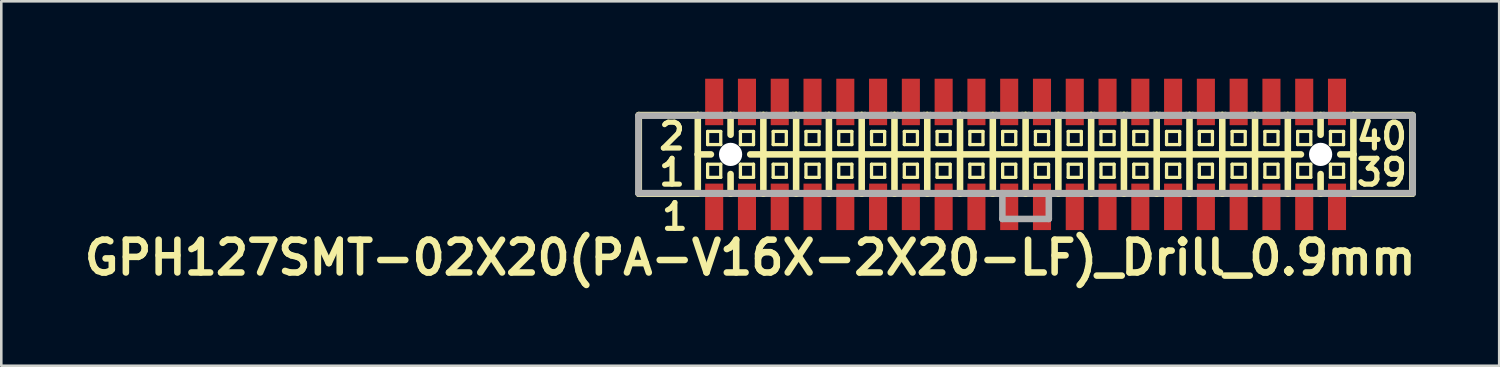
<source format=kicad_pcb>
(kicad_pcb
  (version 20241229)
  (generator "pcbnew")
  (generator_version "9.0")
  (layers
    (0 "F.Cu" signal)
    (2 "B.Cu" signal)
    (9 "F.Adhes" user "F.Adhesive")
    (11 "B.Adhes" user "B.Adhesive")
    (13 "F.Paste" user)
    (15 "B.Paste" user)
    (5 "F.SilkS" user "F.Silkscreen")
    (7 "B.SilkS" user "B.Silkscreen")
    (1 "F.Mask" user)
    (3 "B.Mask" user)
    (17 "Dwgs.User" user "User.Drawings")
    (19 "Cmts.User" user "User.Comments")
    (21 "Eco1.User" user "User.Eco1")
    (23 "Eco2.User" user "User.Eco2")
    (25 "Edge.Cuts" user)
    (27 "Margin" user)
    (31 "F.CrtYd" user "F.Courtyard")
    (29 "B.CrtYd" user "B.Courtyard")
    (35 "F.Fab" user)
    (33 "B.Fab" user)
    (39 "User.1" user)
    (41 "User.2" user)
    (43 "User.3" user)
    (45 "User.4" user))
  (footprint "GPH127SMT-02X20(PA-V16X-2X20-LF)_Drill_0.9mm"
    (layer "F.Cu")
    (at 36.685 2.932)
    (property "Reference" "GPH127SMT-02X20(PA-V16X-2X20-LF)_Drill_0.9mm" (at -10.668 4 0) (layer "F.SilkS") (effects (font (size 1.27 1.27) (thickness 0.254))))
    (attr smd)
    (fp_line (start -14.986 -1.524) (end -14.986 1.524) (stroke (width 0.254) (type solid)) (layer "F.SilkS"))
    (fp_line (start -14.986 1.524) (end -12.7 1.524) (stroke (width 0.254) (type solid)) (layer "F.SilkS"))
    (fp_line (start -12.7 -1.524) (end -14.986 -1.524) (stroke (width 0.254) (type solid)) (layer "F.SilkS"))
    (fp_line (start -12.7 -1.524) (end -12.7 0) (stroke (width 0.254) (type solid)) (layer "F.SilkS"))
    (fp_line (start -12.7 0) (end -12.7 1.524) (stroke (width 0.254) (type solid)) (layer "F.SilkS"))
    (fp_line (start -12.7 0) (end -12.192 0) (stroke (width 0.254) (type solid)) (layer "F.SilkS"))
    (fp_line (start -12.7 1.524) (end -12.573 1.524) (stroke (width 0.254) (type solid)) (layer "F.SilkS"))
    (fp_line (start -12.573 -1.524) (end -12.7 -1.524) (stroke (width 0.254) (type solid)) (layer "F.SilkS"))
    (fp_line (start -12.319 -0.889) (end -11.811 -0.889) (stroke (width 0.127) (type solid)) (layer "F.SilkS"))
    (fp_line (start -12.319 -0.381) (end -12.319 -0.889) (stroke (width 0.127) (type solid)) (layer "F.SilkS"))
    (fp_line (start -12.319 -0.381) (end -11.811 -0.381) (stroke (width 0.127) (type solid)) (layer "F.SilkS"))
    (fp_line (start -12.319 0.381) (end -11.811 0.381) (stroke (width 0.127) (type solid)) (layer "F.SilkS"))
    (fp_line (start -12.319 0.889) (end -12.319 0.381) (stroke (width 0.127) (type solid)) (layer "F.SilkS"))
    (fp_line (start -12.319 0.889) (end -11.811 0.889) (stroke (width 0.127) (type solid)) (layer "F.SilkS"))
    (fp_line (start -11.811 -0.381) (end -11.811 -0.889) (stroke (width 0.127) (type solid)) (layer "F.SilkS"))
    (fp_line (start -11.811 0.889) (end -11.811 0.381) (stroke (width 0.127) (type solid)) (layer "F.SilkS"))
    (fp_line (start -11.557 -1.524) (end -11.43 -1.524) (stroke (width 0.254) (type solid)) (layer "F.SilkS"))
    (fp_line (start -11.557 1.524) (end -11.43 1.524) (stroke (width 0.254) (type solid)) (layer "F.SilkS"))
    (fp_line (start -11.43 -1.524) (end -11.303 -1.524) (stroke (width 0.254) (type solid)) (layer "F.SilkS"))
    (fp_line (start -11.43 -0.762) (end -11.43 -1.524) (stroke (width 0.254) (type solid)) (layer "F.SilkS"))
    (fp_line (start -11.43 1.524) (end -11.43 0.762) (stroke (width 0.254) (type solid)) (layer "F.SilkS"))
    (fp_line (start -11.43 1.524) (end -11.303 1.524) (stroke (width 0.254) (type solid)) (layer "F.SilkS"))
    (fp_line (start -11.049 -0.889) (end -10.541 -0.889) (stroke (width 0.127) (type solid)) (layer "F.SilkS"))
    (fp_line (start -11.049 -0.381) (end -11.049 -0.889) (stroke (width 0.127) (type solid)) (layer "F.SilkS"))
    (fp_line (start -11.049 -0.381) (end -10.541 -0.381) (stroke (width 0.127) (type solid)) (layer "F.SilkS"))
    (fp_line (start -11.049 0.381) (end -10.541 0.381) (stroke (width 0.127) (type solid)) (layer "F.SilkS"))
    (fp_line (start -11.049 0.889) (end -11.049 0.381) (stroke (width 0.127) (type solid)) (layer "F.SilkS"))
    (fp_line (start -11.049 0.889) (end -10.541 0.889) (stroke (width 0.127) (type solid)) (layer "F.SilkS"))
    (fp_line (start -10.668 0) (end -10.16 0) (stroke (width 0.254) (type solid)) (layer "F.SilkS"))
    (fp_line (start -10.541 -0.381) (end -10.541 -0.889) (stroke (width 0.127) (type solid)) (layer "F.SilkS"))
    (fp_line (start -10.541 0.889) (end -10.541 0.381) (stroke (width 0.127) (type solid)) (layer "F.SilkS"))
    (fp_line (start -10.287 -1.524) (end -10.16 -1.524) (stroke (width 0.254) (type solid)) (layer "F.SilkS"))
    (fp_line (start -10.287 1.524) (end -10.16 1.524) (stroke (width 0.254) (type solid)) (layer "F.SilkS"))
    (fp_line (start -10.16 -1.524) (end -10.033 -1.524) (stroke (width 0.254) (type solid)) (layer "F.SilkS"))
    (fp_line (start -10.16 0) (end -10.16 -1.524) (stroke (width 0.254) (type solid)) (layer "F.SilkS"))
    (fp_line (start -10.16 0) (end -8.89 0) (stroke (width 0.254) (type solid)) (layer "F.SilkS"))
    (fp_line (start -10.16 1.524) (end -10.16 0) (stroke (width 0.254) (type solid)) (layer "F.SilkS"))
    (fp_line (start -10.16 1.524) (end -10.033 1.524) (stroke (width 0.254) (type solid)) (layer "F.SilkS"))
    (fp_line (start -9.779 -0.889) (end -9.271 -0.889) (stroke (width 0.127) (type solid)) (layer "F.SilkS"))
    (fp_line (start -9.779 -0.381) (end -9.779 -0.889) (stroke (width 0.127) (type solid)) (layer "F.SilkS"))
    (fp_line (start -9.779 -0.381) (end -9.271 -0.381) (stroke (width 0.127) (type solid)) (layer "F.SilkS"))
    (fp_line (start -9.779 0.381) (end -9.271 0.381) (stroke (width 0.127) (type solid)) (layer "F.SilkS"))
    (fp_line (start -9.779 0.889) (end -9.779 0.381) (stroke (width 0.127) (type solid)) (layer "F.SilkS"))
    (fp_line (start -9.779 0.889) (end -9.271 0.889) (stroke (width 0.127) (type solid)) (layer "F.SilkS"))
    (fp_line (start -9.271 -0.381) (end -9.271 -0.889) (stroke (width 0.127) (type solid)) (layer "F.SilkS"))
    (fp_line (start -9.271 0.889) (end -9.271 0.381) (stroke (width 0.127) (type solid)) (layer "F.SilkS"))
    (fp_line (start -9.017 -1.524) (end -8.89 -1.524) (stroke (width 0.254) (type solid)) (layer "F.SilkS"))
    (fp_line (start -9.017 1.524) (end -8.89 1.524) (stroke (width 0.254) (type solid)) (layer "F.SilkS"))
    (fp_line (start -8.89 -1.524) (end -8.763 -1.524) (stroke (width 0.254) (type solid)) (layer "F.SilkS"))
    (fp_line (start -8.89 0) (end -8.89 -1.524) (stroke (width 0.254) (type solid)) (layer "F.SilkS"))
    (fp_line (start -8.89 0) (end -7.62 0) (stroke (width 0.254) (type solid)) (layer "F.SilkS"))
    (fp_line (start -8.89 1.524) (end -8.89 0) (stroke (width 0.254) (type solid)) (layer "F.SilkS"))
    (fp_line (start -8.89 1.524) (end -8.763 1.524) (stroke (width 0.254) (type solid)) (layer "F.SilkS"))
    (fp_line (start -8.509 -0.889) (end -8.001 -0.889) (stroke (width 0.127) (type solid)) (layer "F.SilkS"))
    (fp_line (start -8.509 -0.381) (end -8.509 -0.889) (stroke (width 0.127) (type solid)) (layer "F.SilkS"))
    (fp_line (start -8.509 -0.381) (end -8.001 -0.381) (stroke (width 0.127) (type solid)) (layer "F.SilkS"))
    (fp_line (start -8.509 0.381) (end -8.001 0.381) (stroke (width 0.127) (type solid)) (layer "F.SilkS"))
    (fp_line (start -8.509 0.889) (end -8.509 0.381) (stroke (width 0.127) (type solid)) (layer "F.SilkS"))
    (fp_line (start -8.509 0.889) (end -8.001 0.889) (stroke (width 0.127) (type solid)) (layer "F.SilkS"))
    (fp_line (start -8.001 -0.381) (end -8.001 -0.889) (stroke (width 0.127) (type solid)) (layer "F.SilkS"))
    (fp_line (start -8.001 0.889) (end -8.001 0.381) (stroke (width 0.127) (type solid)) (layer "F.SilkS"))
    (fp_line (start -7.747 -1.524) (end -7.62 -1.524) (stroke (width 0.254) (type solid)) (layer "F.SilkS"))
    (fp_line (start -7.747 1.524) (end -7.62 1.524) (stroke (width 0.254) (type solid)) (layer "F.SilkS"))
    (fp_line (start -7.62 -1.524) (end -7.493 -1.524) (stroke (width 0.254) (type solid)) (layer "F.SilkS"))
    (fp_line (start -7.62 0) (end -7.62 -1.524) (stroke (width 0.254) (type solid)) (layer "F.SilkS"))
    (fp_line (start -7.62 0) (end -6.35 0) (stroke (width 0.254) (type solid)) (layer "F.SilkS"))
    (fp_line (start -7.62 1.524) (end -7.62 0) (stroke (width 0.254) (type solid)) (layer "F.SilkS"))
    (fp_line (start -7.62 1.524) (end -7.493 1.524) (stroke (width 0.254) (type solid)) (layer "F.SilkS"))
    (fp_line (start -7.239 -0.889) (end -6.731 -0.889) (stroke (width 0.127) (type solid)) (layer "F.SilkS"))
    (fp_line (start -7.239 -0.381) (end -7.239 -0.889) (stroke (width 0.127) (type solid)) (layer "F.SilkS"))
    (fp_line (start -7.239 -0.381) (end -6.731 -0.381) (stroke (width 0.127) (type solid)) (layer "F.SilkS"))
    (fp_line (start -7.239 0.381) (end -6.731 0.381) (stroke (width 0.127) (type solid)) (layer "F.SilkS"))
    (fp_line (start -7.239 0.889) (end -7.239 0.381) (stroke (width 0.127) (type solid)) (layer "F.SilkS"))
    (fp_line (start -7.239 0.889) (end -6.731 0.889) (stroke (width 0.127) (type solid)) (layer "F.SilkS"))
    (fp_line (start -6.731 -0.381) (end -6.731 -0.889) (stroke (width 0.127) (type solid)) (layer "F.SilkS"))
    (fp_line (start -6.731 0.889) (end -6.731 0.381) (stroke (width 0.127) (type solid)) (layer "F.SilkS"))
    (fp_line (start -6.477 -1.524) (end -6.35 -1.524) (stroke (width 0.254) (type solid)) (layer "F.SilkS"))
    (fp_line (start -6.477 1.524) (end -6.35 1.524) (stroke (width 0.254) (type solid)) (layer "F.SilkS"))
    (fp_line (start -6.35 -1.524) (end -6.223 -1.524) (stroke (width 0.254) (type solid)) (layer "F.SilkS"))
    (fp_line (start -6.35 0) (end -6.35 -1.524) (stroke (width 0.254) (type solid)) (layer "F.SilkS"))
    (fp_line (start -6.35 0) (end -5.08 0) (stroke (width 0.254) (type solid)) (layer "F.SilkS"))
    (fp_line (start -6.35 1.524) (end -6.35 0) (stroke (width 0.254) (type solid)) (layer "F.SilkS"))
    (fp_line (start -6.35 1.524) (end -6.223 1.524) (stroke (width 0.254) (type solid)) (layer "F.SilkS"))
    (fp_line (start -5.969 -0.889) (end -5.461 -0.889) (stroke (width 0.127) (type solid)) (layer "F.SilkS"))
    (fp_line (start -5.969 -0.381) (end -5.969 -0.889) (stroke (width 0.127) (type solid)) (layer "F.SilkS"))
    (fp_line (start -5.969 -0.381) (end -5.461 -0.381) (stroke (width 0.127) (type solid)) (layer "F.SilkS"))
    (fp_line (start -5.969 0.381) (end -5.461 0.381) (stroke (width 0.127) (type solid)) (layer "F.SilkS"))
    (fp_line (start -5.969 0.889) (end -5.969 0.381) (stroke (width 0.127) (type solid)) (layer "F.SilkS"))
    (fp_line (start -5.969 0.889) (end -5.461 0.889) (stroke (width 0.127) (type solid)) (layer "F.SilkS"))
    (fp_line (start -5.461 -0.381) (end -5.461 -0.889) (stroke (width 0.127) (type solid)) (layer "F.SilkS"))
    (fp_line (start -5.461 0.889) (end -5.461 0.381) (stroke (width 0.127) (type solid)) (layer "F.SilkS"))
    (fp_line (start -5.207 -1.524) (end -5.08 -1.524) (stroke (width 0.254) (type solid)) (layer "F.SilkS"))
    (fp_line (start -5.207 1.524) (end -5.08 1.524) (stroke (width 0.254) (type solid)) (layer "F.SilkS"))
    (fp_line (start -5.08 -1.524) (end -4.953 -1.524) (stroke (width 0.254) (type solid)) (layer "F.SilkS"))
    (fp_line (start -5.08 0) (end -5.08 -1.524) (stroke (width 0.254) (type solid)) (layer "F.SilkS"))
    (fp_line (start -5.08 0) (end -3.81 0) (stroke (width 0.254) (type solid)) (layer "F.SilkS"))
    (fp_line (start -5.08 1.524) (end -5.08 0) (stroke (width 0.254) (type solid)) (layer "F.SilkS"))
    (fp_line (start -5.08 1.524) (end -4.953 1.524) (stroke (width 0.254) (type solid)) (layer "F.SilkS"))
    (fp_line (start -4.699 -0.889) (end -4.191 -0.889) (stroke (width 0.127) (type solid)) (layer "F.SilkS"))
    (fp_line (start -4.699 -0.381) (end -4.699 -0.889) (stroke (width 0.127) (type solid)) (layer "F.SilkS"))
    (fp_line (start -4.699 -0.381) (end -4.191 -0.381) (stroke (width 0.127) (type solid)) (layer "F.SilkS"))
    (fp_line (start -4.699 0.381) (end -4.191 0.381) (stroke (width 0.127) (type solid)) (layer "F.SilkS"))
    (fp_line (start -4.699 0.889) (end -4.699 0.381) (stroke (width 0.127) (type solid)) (layer "F.SilkS"))
    (fp_line (start -4.699 0.889) (end -4.191 0.889) (stroke (width 0.127) (type solid)) (layer "F.SilkS"))
    (fp_line (start -4.191 -0.381) (end -4.191 -0.889) (stroke (width 0.127) (type solid)) (layer "F.SilkS"))
    (fp_line (start -4.191 0.889) (end -4.191 0.381) (stroke (width 0.127) (type solid)) (layer "F.SilkS"))
    (fp_line (start -3.937 -1.524) (end -3.81 -1.524) (stroke (width 0.254) (type solid)) (layer "F.SilkS"))
    (fp_line (start -3.937 1.524) (end -3.81 1.524) (stroke (width 0.254) (type solid)) (layer "F.SilkS"))
    (fp_line (start -3.81 -1.524) (end -3.683 -1.524) (stroke (width 0.254) (type solid)) (layer "F.SilkS"))
    (fp_line (start -3.81 0) (end -3.81 -1.524) (stroke (width 0.254) (type solid)) (layer "F.SilkS"))
    (fp_line (start -3.81 0) (end -2.54 0) (stroke (width 0.254) (type solid)) (layer "F.SilkS"))
    (fp_line (start -3.81 1.524) (end -3.81 0) (stroke (width 0.254) (type solid)) (layer "F.SilkS"))
    (fp_line (start -3.81 1.524) (end -3.683 1.524) (stroke (width 0.254) (type solid)) (layer "F.SilkS"))
    (fp_line (start -3.429 -0.889) (end -2.921 -0.889) (stroke (width 0.127) (type solid)) (layer "F.SilkS"))
    (fp_line (start -3.429 -0.381) (end -3.429 -0.889) (stroke (width 0.127) (type solid)) (layer "F.SilkS"))
    (fp_line (start -3.429 -0.381) (end -2.921 -0.381) (stroke (width 0.127) (type solid)) (layer "F.SilkS"))
    (fp_line (start -3.429 0.381) (end -2.921 0.381) (stroke (width 0.127) (type solid)) (layer "F.SilkS"))
    (fp_line (start -3.429 0.889) (end -3.429 0.381) (stroke (width 0.127) (type solid)) (layer "F.SilkS"))
    (fp_line (start -3.429 0.889) (end -2.921 0.889) (stroke (width 0.127) (type solid)) (layer "F.SilkS"))
    (fp_line (start -2.921 -0.381) (end -2.921 -0.889) (stroke (width 0.127) (type solid)) (layer "F.SilkS"))
    (fp_line (start -2.921 0.889) (end -2.921 0.381) (stroke (width 0.127) (type solid)) (layer "F.SilkS"))
    (fp_line (start -2.667 -1.524) (end -2.54 -1.524) (stroke (width 0.254) (type solid)) (layer "F.SilkS"))
    (fp_line (start -2.667 1.524) (end -2.54 1.524) (stroke (width 0.254) (type solid)) (layer "F.SilkS"))
    (fp_line (start -2.54 -1.524) (end -2.413 -1.524) (stroke (width 0.254) (type solid)) (layer "F.SilkS"))
    (fp_line (start -2.54 0) (end -2.54 -1.524) (stroke (width 0.254) (type solid)) (layer "F.SilkS"))
    (fp_line (start -2.54 0) (end -1.27 0) (stroke (width 0.254) (type solid)) (layer "F.SilkS"))
    (fp_line (start -2.54 1.524) (end -2.54 0) (stroke (width 0.254) (type solid)) (layer "F.SilkS"))
    (fp_line (start -2.54 1.524) (end -2.413 1.524) (stroke (width 0.254) (type solid)) (layer "F.SilkS"))
    (fp_line (start -2.159 -0.889) (end -1.651 -0.889) (stroke (width 0.127) (type solid)) (layer "F.SilkS"))
    (fp_line (start -2.159 -0.381) (end -2.159 -0.889) (stroke (width 0.127) (type solid)) (layer "F.SilkS"))
    (fp_line (start -2.159 -0.381) (end -1.651 -0.381) (stroke (width 0.127) (type solid)) (layer "F.SilkS"))
    (fp_line (start -2.159 0.381) (end -1.651 0.381) (stroke (width 0.127) (type solid)) (layer "F.SilkS"))
    (fp_line (start -2.159 0.889) (end -2.159 0.381) (stroke (width 0.127) (type solid)) (layer "F.SilkS"))
    (fp_line (start -2.159 0.889) (end -1.651 0.889) (stroke (width 0.127) (type solid)) (layer "F.SilkS"))
    (fp_line (start -1.651 -0.381) (end -1.651 -0.889) (stroke (width 0.127) (type solid)) (layer "F.SilkS"))
    (fp_line (start -1.651 0.889) (end -1.651 0.381) (stroke (width 0.127) (type solid)) (layer "F.SilkS"))
    (fp_line (start -1.397 -1.524) (end -1.143 -1.524) (stroke (width 0.254) (type solid)) (layer "F.SilkS"))
    (fp_line (start -1.397 1.524) (end -1.27 1.524) (stroke (width 0.254) (type solid)) (layer "F.SilkS"))
    (fp_line (start -1.27 0) (end -1.27 -1.524) (stroke (width 0.254) (type solid)) (layer "F.SilkS"))
    (fp_line (start -1.27 0) (end 0 0) (stroke (width 0.254) (type solid)) (layer "F.SilkS"))
    (fp_line (start -1.27 1.524) (end -1.27 0) (stroke (width 0.254) (type solid)) (layer "F.SilkS"))
    (fp_line (start -1.27 1.524) (end -1.143 1.524) (stroke (width 0.254) (type solid)) (layer "F.SilkS"))
    (fp_line (start -0.889 -0.889) (end -0.381 -0.889) (stroke (width 0.127) (type solid)) (layer "F.SilkS"))
    (fp_line (start -0.889 -0.381) (end -0.889 -0.889) (stroke (width 0.127) (type solid)) (layer "F.SilkS"))
    (fp_line (start -0.889 -0.381) (end -0.381 -0.381) (stroke (width 0.127) (type solid)) (layer "F.SilkS"))
    (fp_line (start -0.889 0.381) (end -0.381 0.381) (stroke (width 0.127) (type solid)) (layer "F.SilkS"))
    (fp_line (start -0.889 0.889) (end -0.889 0.381) (stroke (width 0.127) (type solid)) (layer "F.SilkS"))
    (fp_line (start -0.889 0.889) (end -0.381 0.889) (stroke (width 0.127) (type solid)) (layer "F.SilkS"))
    (fp_line (start -0.381 -0.381) (end -0.381 -0.889) (stroke (width 0.127) (type solid)) (layer "F.SilkS"))
    (fp_line (start -0.381 0.889) (end -0.381 0.381) (stroke (width 0.127) (type solid)) (layer "F.SilkS"))
    (fp_line (start -0.127 -1.524) (end 0 -1.524) (stroke (width 0.254) (type solid)) (layer "F.SilkS"))
    (fp_line (start 0 -1.524) (end 0 0) (stroke (width 0.254) (type solid)) (layer "F.SilkS"))
    (fp_line (start 0 0) (end 0 1.524) (stroke (width 0.254) (type solid)) (layer "F.SilkS"))
    (fp_line (start 0 0) (end 1.27 0) (stroke (width 0.254) (type solid)) (layer "F.SilkS"))
    (fp_line (start 0 1.524) (end -0.127 1.524) (stroke (width 0.254) (type solid)) (layer "F.SilkS"))
    (fp_line (start 0 1.524) (end 0.127 1.524) (stroke (width 0.254) (type solid)) (layer "F.SilkS"))
    (fp_line (start 0.127 -1.524) (end 0 -1.524) (stroke (width 0.254) (type solid)) (layer "F.SilkS"))
    (fp_line (start 0.381 -0.889) (end 0.889 -0.889) (stroke (width 0.127) (type solid)) (layer "F.SilkS"))
    (fp_line (start 0.381 -0.381) (end 0.381 -0.889) (stroke (width 0.127) (type solid)) (layer "F.SilkS"))
    (fp_line (start 0.381 -0.381) (end 0.889 -0.381) (stroke (width 0.127) (type solid)) (layer "F.SilkS"))
    (fp_line (start 0.381 0.381) (end 0.889 0.381) (stroke (width 0.127) (type solid)) (layer "F.SilkS"))
    (fp_line (start 0.381 0.889) (end 0.381 0.381) (stroke (width 0.127) (type solid)) (layer "F.SilkS"))
    (fp_line (start 0.381 0.889) (end 0.889 0.889) (stroke (width 0.127) (type solid)) (layer "F.SilkS"))
    (fp_line (start 0.889 -0.381) (end 0.889 -0.889) (stroke (width 0.127) (type solid)) (layer "F.SilkS"))
    (fp_line (start 0.889 0.889) (end 0.889 0.381) (stroke (width 0.127) (type solid)) (layer "F.SilkS"))
    (fp_line (start 1.143 -1.524) (end 1.27 -1.524) (stroke (width 0.254) (type solid)) (layer "F.SilkS"))
    (fp_line (start 1.143 1.524) (end 1.27 1.524) (stroke (width 0.254) (type solid)) (layer "F.SilkS"))
    (fp_line (start 1.27 -1.524) (end 1.397 -1.524) (stroke (width 0.254) (type solid)) (layer "F.SilkS"))
    (fp_line (start 1.27 0) (end 1.27 -1.524) (stroke (width 0.254) (type solid)) (layer "F.SilkS"))
    (fp_line (start 1.27 0) (end 2.54 0) (stroke (width 0.254) (type solid)) (layer "F.SilkS"))
    (fp_line (start 1.27 1.524) (end 1.27 0) (stroke (width 0.254) (type solid)) (layer "F.SilkS"))
    (fp_line (start 1.27 1.524) (end 1.397 1.524) (stroke (width 0.254) (type solid)) (layer "F.SilkS"))
    (fp_line (start 1.651 -0.889) (end 2.159 -0.889) (stroke (width 0.127) (type solid)) (layer "F.SilkS"))
    (fp_line (start 1.651 -0.381) (end 1.651 -0.889) (stroke (width 0.127) (type solid)) (layer "F.SilkS"))
    (fp_line (start 1.651 -0.381) (end 2.159 -0.381) (stroke (width 0.127) (type solid)) (layer "F.SilkS"))
    (fp_line (start 1.651 0.381) (end 2.159 0.381) (stroke (width 0.127) (type solid)) (layer "F.SilkS"))
    (fp_line (start 1.651 0.889) (end 1.651 0.381) (stroke (width 0.127) (type solid)) (layer "F.SilkS"))
    (fp_line (start 1.651 0.889) (end 2.159 0.889) (stroke (width 0.127) (type solid)) (layer "F.SilkS"))
    (fp_line (start 2.159 -0.381) (end 2.159 -0.889) (stroke (width 0.127) (type solid)) (layer "F.SilkS"))
    (fp_line (start 2.159 0.889) (end 2.159 0.381) (stroke (width 0.127) (type solid)) (layer "F.SilkS"))
    (fp_line (start 2.413 -1.524) (end 2.54 -1.524) (stroke (width 0.254) (type solid)) (layer "F.SilkS"))
    (fp_line (start 2.413 1.524) (end 2.54 1.524) (stroke (width 0.254) (type solid)) (layer "F.SilkS"))
    (fp_line (start 2.54 -1.524) (end 2.667 -1.524) (stroke (width 0.254) (type solid)) (layer "F.SilkS"))
    (fp_line (start 2.54 0) (end 2.54 -1.524) (stroke (width 0.254) (type solid)) (layer "F.SilkS"))
    (fp_line (start 2.54 0) (end 3.81 0) (stroke (width 0.254) (type solid)) (layer "F.SilkS"))
    (fp_line (start 2.54 1.524) (end 2.54 0) (stroke (width 0.254) (type solid)) (layer "F.SilkS"))
    (fp_line (start 2.54 1.524) (end 2.667 1.524) (stroke (width 0.254) (type solid)) (layer "F.SilkS"))
    (fp_line (start 2.921 -0.889) (end 3.429 -0.889) (stroke (width 0.127) (type solid)) (layer "F.SilkS"))
    (fp_line (start 2.921 -0.381) (end 2.921 -0.889) (stroke (width 0.127) (type solid)) (layer "F.SilkS"))
    (fp_line (start 2.921 -0.381) (end 3.429 -0.381) (stroke (width 0.127) (type solid)) (layer "F.SilkS"))
    (fp_line (start 2.921 0.381) (end 3.429 0.381) (stroke (width 0.127) (type solid)) (layer "F.SilkS"))
    (fp_line (start 2.921 0.889) (end 2.921 0.381) (stroke (width 0.127) (type solid)) (layer "F.SilkS"))
    (fp_line (start 2.921 0.889) (end 3.429 0.889) (stroke (width 0.127) (type solid)) (layer "F.SilkS"))
    (fp_line (start 3.429 -0.381) (end 3.429 -0.889) (stroke (width 0.127) (type solid)) (layer "F.SilkS"))
    (fp_line (start 3.429 0.889) (end 3.429 0.381) (stroke (width 0.127) (type solid)) (layer "F.SilkS"))
    (fp_line (start 3.683 -1.524) (end 3.81 -1.524) (stroke (width 0.254) (type solid)) (layer "F.SilkS"))
    (fp_line (start 3.683 1.524) (end 3.81 1.524) (stroke (width 0.254) (type solid)) (layer "F.SilkS"))
    (fp_line (start 3.81 -1.524) (end 3.937 -1.524) (stroke (width 0.254) (type solid)) (layer "F.SilkS"))
    (fp_line (start 3.81 0) (end 3.81 -1.524) (stroke (width 0.254) (type solid)) (layer "F.SilkS"))
    (fp_line (start 3.81 0) (end 5.08 0) (stroke (width 0.254) (type solid)) (layer "F.SilkS"))
    (fp_line (start 3.81 1.524) (end 3.81 0) (stroke (width 0.254) (type solid)) (layer "F.SilkS"))
    (fp_line (start 3.81 1.524) (end 3.937 1.524) (stroke (width 0.254) (type solid)) (layer "F.SilkS"))
    (fp_line (start 4.191 -0.889) (end 4.699 -0.889) (stroke (width 0.127) (type solid)) (layer "F.SilkS"))
    (fp_line (start 4.191 -0.381) (end 4.191 -0.889) (stroke (width 0.127) (type solid)) (layer "F.SilkS"))
    (fp_line (start 4.191 -0.381) (end 4.699 -0.381) (stroke (width 0.127) (type solid)) (layer "F.SilkS"))
    (fp_line (start 4.191 0.381) (end 4.699 0.381) (stroke (width 0.127) (type solid)) (layer "F.SilkS"))
    (fp_line (start 4.191 0.889) (end 4.191 0.381) (stroke (width 0.127) (type solid)) (layer "F.SilkS"))
    (fp_line (start 4.191 0.889) (end 4.699 0.889) (stroke (width 0.127) (type solid)) (layer "F.SilkS"))
    (fp_line (start 4.699 -0.381) (end 4.699 -0.889) (stroke (width 0.127) (type solid)) (layer "F.SilkS"))
    (fp_line (start 4.699 0.889) (end 4.699 0.381) (stroke (width 0.127) (type solid)) (layer "F.SilkS"))
    (fp_line (start 4.953 -1.524) (end 5.08 -1.524) (stroke (width 0.254) (type solid)) (layer "F.SilkS"))
    (fp_line (start 4.953 1.524) (end 5.08 1.524) (stroke (width 0.254) (type solid)) (layer "F.SilkS"))
    (fp_line (start 5.08 -1.524) (end 5.207 -1.524) (stroke (width 0.254) (type solid)) (layer "F.SilkS"))
    (fp_line (start 5.08 0) (end 5.08 -1.524) (stroke (width 0.254) (type solid)) (layer "F.SilkS"))
    (fp_line (start 5.08 0) (end 6.35 0) (stroke (width 0.254) (type solid)) (layer "F.SilkS"))
    (fp_line (start 5.08 1.524) (end 5.08 0) (stroke (width 0.254) (type solid)) (layer "F.SilkS"))
    (fp_line (start 5.08 1.524) (end 5.207 1.524) (stroke (width 0.254) (type solid)) (layer "F.SilkS"))
    (fp_line (start 5.461 -0.889) (end 5.969 -0.889) (stroke (width 0.127) (type solid)) (layer "F.SilkS"))
    (fp_line (start 5.461 -0.381) (end 5.461 -0.889) (stroke (width 0.127) (type solid)) (layer "F.SilkS"))
    (fp_line (start 5.461 -0.381) (end 5.969 -0.381) (stroke (width 0.127) (type solid)) (layer "F.SilkS"))
    (fp_line (start 5.461 0.381) (end 5.969 0.381) (stroke (width 0.127) (type solid)) (layer "F.SilkS"))
    (fp_line (start 5.461 0.889) (end 5.461 0.381) (stroke (width 0.127) (type solid)) (layer "F.SilkS"))
    (fp_line (start 5.461 0.889) (end 5.969 0.889) (stroke (width 0.127) (type solid)) (layer "F.SilkS"))
    (fp_line (start 5.969 -0.381) (end 5.969 -0.889) (stroke (width 0.127) (type solid)) (layer "F.SilkS"))
    (fp_line (start 5.969 0.889) (end 5.969 0.381) (stroke (width 0.127) (type solid)) (layer "F.SilkS"))
    (fp_line (start 6.223 -1.524) (end 6.35 -1.524) (stroke (width 0.254) (type solid)) (layer "F.SilkS"))
    (fp_line (start 6.223 1.524) (end 6.35 1.524) (stroke (width 0.254) (type solid)) (layer "F.SilkS"))
    (fp_line (start 6.35 -1.524) (end 6.477 -1.524) (stroke (width 0.254) (type solid)) (layer "F.SilkS"))
    (fp_line (start 6.35 0) (end 6.35 -1.524) (stroke (width 0.254) (type solid)) (layer "F.SilkS"))
    (fp_line (start 6.35 0) (end 7.62 0) (stroke (width 0.254) (type solid)) (layer "F.SilkS"))
    (fp_line (start 6.35 1.524) (end 6.35 0) (stroke (width 0.254) (type solid)) (layer "F.SilkS"))
    (fp_line (start 6.35 1.524) (end 6.477 1.524) (stroke (width 0.254) (type solid)) (layer "F.SilkS"))
    (fp_line (start 6.731 -0.889) (end 7.239 -0.889) (stroke (width 0.127) (type solid)) (layer "F.SilkS"))
    (fp_line (start 6.731 -0.381) (end 6.731 -0.889) (stroke (width 0.127) (type solid)) (layer "F.SilkS"))
    (fp_line (start 6.731 -0.381) (end 7.239 -0.381) (stroke (width 0.127) (type solid)) (layer "F.SilkS"))
    (fp_line (start 6.731 0.381) (end 7.239 0.381) (stroke (width 0.127) (type solid)) (layer "F.SilkS"))
    (fp_line (start 6.731 0.889) (end 6.731 0.381) (stroke (width 0.127) (type solid)) (layer "F.SilkS"))
    (fp_line (start 6.731 0.889) (end 7.239 0.889) (stroke (width 0.127) (type solid)) (layer "F.SilkS"))
    (fp_line (start 7.239 -0.381) (end 7.239 -0.889) (stroke (width 0.127) (type solid)) (layer "F.SilkS"))
    (fp_line (start 7.239 0.889) (end 7.239 0.381) (stroke (width 0.127) (type solid)) (layer "F.SilkS"))
    (fp_line (start 7.493 -1.524) (end 7.62 -1.524) (stroke (width 0.254) (type solid)) (layer "F.SilkS"))
    (fp_line (start 7.493 1.524) (end 7.62 1.524) (stroke (width 0.254) (type solid)) (layer "F.SilkS"))
    (fp_line (start 7.62 -1.524) (end 7.747 -1.524) (stroke (width 0.254) (type solid)) (layer "F.SilkS"))
    (fp_line (start 7.62 0) (end 7.62 -1.524) (stroke (width 0.254) (type solid)) (layer "F.SilkS"))
    (fp_line (start 7.62 0) (end 8.89 0) (stroke (width 0.254) (type solid)) (layer "F.SilkS"))
    (fp_line (start 7.62 1.524) (end 7.62 0) (stroke (width 0.254) (type solid)) (layer "F.SilkS"))
    (fp_line (start 7.62 1.524) (end 7.747 1.524) (stroke (width 0.254) (type solid)) (layer "F.SilkS"))
    (fp_line (start 8.001 -0.889) (end 8.509 -0.889) (stroke (width 0.127) (type solid)) (layer "F.SilkS"))
    (fp_line (start 8.001 -0.381) (end 8.001 -0.889) (stroke (width 0.127) (type solid)) (layer "F.SilkS"))
    (fp_line (start 8.001 -0.381) (end 8.509 -0.381) (stroke (width 0.127) (type solid)) (layer "F.SilkS"))
    (fp_line (start 8.001 0.381) (end 8.509 0.381) (stroke (width 0.127) (type solid)) (layer "F.SilkS"))
    (fp_line (start 8.001 0.889) (end 8.001 0.381) (stroke (width 0.127) (type solid)) (layer "F.SilkS"))
    (fp_line (start 8.001 0.889) (end 8.509 0.889) (stroke (width 0.127) (type solid)) (layer "F.SilkS"))
    (fp_line (start 8.509 -0.381) (end 8.509 -0.889) (stroke (width 0.127) (type solid)) (layer "F.SilkS"))
    (fp_line (start 8.509 0.889) (end 8.509 0.381) (stroke (width 0.127) (type solid)) (layer "F.SilkS"))
    (fp_line (start 8.763 -1.524) (end 8.89 -1.524) (stroke (width 0.254) (type solid)) (layer "F.SilkS"))
    (fp_line (start 8.763 1.524) (end 8.89 1.524) (stroke (width 0.254) (type solid)) (layer "F.SilkS"))
    (fp_line (start 8.89 -1.524) (end 9.017 -1.524) (stroke (width 0.254) (type solid)) (layer "F.SilkS"))
    (fp_line (start 8.89 0) (end 8.89 -1.524) (stroke (width 0.254) (type solid)) (layer "F.SilkS"))
    (fp_line (start 8.89 0) (end 10.16 0) (stroke (width 0.254) (type solid)) (layer "F.SilkS"))
    (fp_line (start 8.89 1.524) (end 8.89 0) (stroke (width 0.254) (type solid)) (layer "F.SilkS"))
    (fp_line (start 8.89 1.524) (end 9.017 1.524) (stroke (width 0.254) (type solid)) (layer "F.SilkS"))
    (fp_line (start 9.271 -0.889) (end 9.779 -0.889) (stroke (width 0.127) (type solid)) (layer "F.SilkS"))
    (fp_line (start 9.271 -0.381) (end 9.271 -0.889) (stroke (width 0.127) (type solid)) (layer "F.SilkS"))
    (fp_line (start 9.271 -0.381) (end 9.779 -0.381) (stroke (width 0.127) (type solid)) (layer "F.SilkS"))
    (fp_line (start 9.271 0.381) (end 9.779 0.381) (stroke (width 0.127) (type solid)) (layer "F.SilkS"))
    (fp_line (start 9.271 0.889) (end 9.271 0.381) (stroke (width 0.127) (type solid)) (layer "F.SilkS"))
    (fp_line (start 9.271 0.889) (end 9.779 0.889) (stroke (width 0.127) (type solid)) (layer "F.SilkS"))
    (fp_line (start 9.779 -0.381) (end 9.779 -0.889) (stroke (width 0.127) (type solid)) (layer "F.SilkS"))
    (fp_line (start 9.779 0.889) (end 9.779 0.381) (stroke (width 0.127) (type solid)) (layer "F.SilkS"))
    (fp_line (start 10.033 -1.524) (end 10.16 -1.524) (stroke (width 0.254) (type solid)) (layer "F.SilkS"))
    (fp_line (start 10.033 1.524) (end 10.16 1.524) (stroke (width 0.254) (type solid)) (layer "F.SilkS"))
    (fp_line (start 10.16 -1.524) (end 10.287 -1.524) (stroke (width 0.254) (type solid)) (layer "F.SilkS"))
    (fp_line (start 10.16 0) (end 10.16 -1.524) (stroke (width 0.254) (type solid)) (layer "F.SilkS"))
    (fp_line (start 10.16 0) (end 10.668 0) (stroke (width 0.254) (type solid)) (layer "F.SilkS"))
    (fp_line (start 10.16 1.524) (end 10.16 0) (stroke (width 0.254) (type solid)) (layer "F.SilkS"))
    (fp_line (start 10.16 1.524) (end 10.287 1.524) (stroke (width 0.254) (type solid)) (layer "F.SilkS"))
    (fp_line (start 10.541 -0.889) (end 11.049 -0.889) (stroke (width 0.127) (type solid)) (layer "F.SilkS"))
    (fp_line (start 10.541 -0.381) (end 10.541 -0.889) (stroke (width 0.127) (type solid)) (layer "F.SilkS"))
    (fp_line (start 10.541 -0.381) (end 11.049 -0.381) (stroke (width 0.127) (type solid)) (layer "F.SilkS"))
    (fp_line (start 10.541 0.381) (end 11.049 0.381) (stroke (width 0.127) (type solid)) (layer "F.SilkS"))
    (fp_line (start 10.541 0.889) (end 10.541 0.381) (stroke (width 0.127) (type solid)) (layer "F.SilkS"))
    (fp_line (start 10.541 0.889) (end 11.049 0.889) (stroke (width 0.127) (type solid)) (layer "F.SilkS"))
    (fp_line (start 11.049 -0.381) (end 11.049 -0.889) (stroke (width 0.127) (type solid)) (layer "F.SilkS"))
    (fp_line (start 11.049 0.889) (end 11.049 0.381) (stroke (width 0.127) (type solid)) (layer "F.SilkS"))
    (fp_line (start 11.303 -1.524) (end 11.557 -1.524) (stroke (width 0.254) (type solid)) (layer "F.SilkS"))
    (fp_line (start 11.303 1.524) (end 11.43 1.524) (stroke (width 0.254) (type solid)) (layer "F.SilkS"))
    (fp_line (start 11.43 -0.762) (end 11.43 -1.524) (stroke (width 0.254) (type solid)) (layer "F.SilkS"))
    (fp_line (start 11.43 1.524) (end 11.43 0.762) (stroke (width 0.254) (type solid)) (layer "F.SilkS"))
    (fp_line (start 11.43 1.524) (end 11.557 1.524) (stroke (width 0.254) (type solid)) (layer "F.SilkS"))
    (fp_line (start 11.811 -0.889) (end 12.319 -0.889) (stroke (width 0.127) (type solid)) (layer "F.SilkS"))
    (fp_line (start 11.811 -0.381) (end 11.811 -0.889) (stroke (width 0.127) (type solid)) (layer "F.SilkS"))
    (fp_line (start 11.811 -0.381) (end 12.319 -0.381) (stroke (width 0.127) (type solid)) (layer "F.SilkS"))
    (fp_line (start 11.811 0.381) (end 12.319 0.381) (stroke (width 0.127) (type solid)) (layer "F.SilkS"))
    (fp_line (start 11.811 0.889) (end 11.811 0.381) (stroke (width 0.127) (type solid)) (layer "F.SilkS"))
    (fp_line (start 11.811 0.889) (end 12.319 0.889) (stroke (width 0.127) (type solid)) (layer "F.SilkS"))
    (fp_line (start 12.192 0) (end 12.7 0) (stroke (width 0.254) (type solid)) (layer "F.SilkS"))
    (fp_line (start 12.319 -0.381) (end 12.319 -0.889) (stroke (width 0.127) (type solid)) (layer "F.SilkS"))
    (fp_line (start 12.319 0.889) (end 12.319 0.381) (stroke (width 0.127) (type solid)) (layer "F.SilkS"))
    (fp_line (start 12.573 -1.524) (end 12.7 -1.524) (stroke (width 0.254) (type solid)) (layer "F.SilkS"))
    (fp_line (start 12.7 -1.524) (end 12.7 0) (stroke (width 0.254) (type solid)) (layer "F.SilkS"))
    (fp_line (start 12.7 -1.524) (end 14.986 -1.524) (stroke (width 0.254) (type solid)) (layer "F.SilkS"))
    (fp_line (start 12.7 0) (end 12.7 1.524) (stroke (width 0.254) (type solid)) (layer "F.SilkS"))
    (fp_line (start 12.7 1.524) (end 12.573 1.524) (stroke (width 0.254) (type solid)) (layer "F.SilkS"))
    (fp_line (start 14.986 -1.524) (end 14.986 1.524) (stroke (width 0.254) (type solid)) (layer "F.SilkS"))
    (fp_line (start 14.986 1.524) (end 12.7 1.524) (stroke (width 0.254) (type solid)) (layer "F.SilkS"))
    (fp_line (start -15 -1.5) (end -15 1.5) (stroke (width 0.254) (type solid)) (layer "F.Fab"))
    (fp_line (start -15 1.5) (end 15 1.5) (stroke (width 0.254) (type solid)) (layer "F.Fab"))
    (fp_line (start -12.573 -1.524) (end -11.557 -1.524) (stroke (width 0.254) (type solid)) (layer "F.Fab"))
    (fp_line (start -12.573 1.524) (end -11.557 1.524) (stroke (width 0.254) (type solid)) (layer "F.Fab"))
    (fp_line (start -11.778 0) (end -11.079 0) (stroke (width 0.127) (type solid)) (layer "F.Fab"))
    (fp_line (start -11.43 0.348) (end -11.43 -0.348) (stroke (width 0.127) (type solid)) (layer "F.Fab"))
    (fp_line (start -11.303 -1.524) (end -10.287 -1.524) (stroke (width 0.254) (type solid)) (layer "F.Fab"))
    (fp_line (start -11.303 1.524) (end -10.287 1.524) (stroke (width 0.254) (type solid)) (layer "F.Fab"))
    (fp_line (start -10.033 -1.524) (end -9.017 -1.524) (stroke (width 0.254) (type solid)) (layer "F.Fab"))
    (fp_line (start -10.033 1.524) (end -9.017 1.524) (stroke (width 0.254) (type solid)) (layer "F.Fab"))
    (fp_line (start -8.763 -1.524) (end -7.747 -1.524) (stroke (width 0.254) (type solid)) (layer "F.Fab"))
    (fp_line (start -8.763 1.524) (end -7.747 1.524) (stroke (width 0.254) (type solid)) (layer "F.Fab"))
    (fp_line (start -7.493 -1.524) (end -6.477 -1.524) (stroke (width 0.254) (type solid)) (layer "F.Fab"))
    (fp_line (start -7.493 1.524) (end -6.477 1.524) (stroke (width 0.254) (type solid)) (layer "F.Fab"))
    (fp_line (start -6.223 -1.524) (end -5.207 -1.524) (stroke (width 0.254) (type solid)) (layer "F.Fab"))
    (fp_line (start -6.223 1.524) (end -5.207 1.524) (stroke (width 0.254) (type solid)) (layer "F.Fab"))
    (fp_line (start -4.953 -1.524) (end -3.937 -1.524) (stroke (width 0.254) (type solid)) (layer "F.Fab"))
    (fp_line (start -4.953 1.524) (end -3.937 1.524) (stroke (width 0.254) (type solid)) (layer "F.Fab"))
    (fp_line (start -3.683 -1.524) (end -2.667 -1.524) (stroke (width 0.254) (type solid)) (layer "F.Fab"))
    (fp_line (start -3.683 1.524) (end -2.667 1.524) (stroke (width 0.254) (type solid)) (layer "F.Fab"))
    (fp_line (start -2.413 -1.524) (end -1.397 -1.524) (stroke (width 0.254) (type solid)) (layer "F.Fab"))
    (fp_line (start -2.413 1.524) (end -1.397 1.524) (stroke (width 0.254) (type solid)) (layer "F.Fab"))
    (fp_line (start -1.143 -1.524) (end -0.127 -1.524) (stroke (width 0.254) (type solid)) (layer "F.Fab"))
    (fp_line (start -1.143 1.524) (end -0.127 1.524) (stroke (width 0.254) (type solid)) (layer "F.Fab"))
    (fp_line (start -0.9 1.5) (end -0.9 2.5) (stroke (width 0.254) (type solid)) (layer "F.Fab"))
    (fp_line (start -0.9 2.5) (end 0.9 2.5) (stroke (width 0.254) (type solid)) (layer "F.Fab"))
    (fp_line (start 0.127 -1.524) (end 1.143 -1.524) (stroke (width 0.254) (type solid)) (layer "F.Fab"))
    (fp_line (start 0.127 1.524) (end 1.143 1.524) (stroke (width 0.254) (type solid)) (layer "F.Fab"))
    (fp_line (start 0.9 2.5) (end 0.9 1.5) (stroke (width 0.254) (type solid)) (layer "F.Fab"))
    (fp_line (start 1.397 -1.524) (end 2.413 -1.524) (stroke (width 0.254) (type solid)) (layer "F.Fab"))
    (fp_line (start 1.397 1.524) (end 2.413 1.524) (stroke (width 0.254) (type solid)) (layer "F.Fab"))
    (fp_line (start 2.667 -1.524) (end 3.683 -1.524) (stroke (width 0.254) (type solid)) (layer "F.Fab"))
    (fp_line (start 2.667 1.524) (end 3.683 1.524) (stroke (width 0.254) (type solid)) (layer "F.Fab"))
    (fp_line (start 3.937 -1.524) (end 4.953 -1.524) (stroke (width 0.254) (type solid)) (layer "F.Fab"))
    (fp_line (start 3.937 1.524) (end 4.953 1.524) (stroke (width 0.254) (type solid)) (layer "F.Fab"))
    (fp_line (start 5.207 -1.524) (end 6.223 -1.524) (stroke (width 0.254) (type solid)) (layer "F.Fab"))
    (fp_line (start 5.207 1.524) (end 6.223 1.524) (stroke (width 0.254) (type solid)) (layer "F.Fab"))
    (fp_line (start 6.477 -1.524) (end 7.493 -1.524) (stroke (width 0.254) (type solid)) (layer "F.Fab"))
    (fp_line (start 6.477 1.524) (end 7.493 1.524) (stroke (width 0.254) (type solid)) (layer "F.Fab"))
    (fp_line (start 7.747 -1.524) (end 8.763 -1.524) (stroke (width 0.254) (type solid)) (layer "F.Fab"))
    (fp_line (start 7.747 1.524) (end 8.763 1.524) (stroke (width 0.254) (type solid)) (layer "F.Fab"))
    (fp_line (start 9.017 -1.524) (end 10.033 -1.524) (stroke (width 0.254) (type solid)) (layer "F.Fab"))
    (fp_line (start 9.017 1.524) (end 10.033 1.524) (stroke (width 0.254) (type solid)) (layer "F.Fab"))
    (fp_line (start 10.287 -1.524) (end 11.303 -1.524) (stroke (width 0.254) (type solid)) (layer "F.Fab"))
    (fp_line (start 10.287 1.524) (end 11.303 1.524) (stroke (width 0.254) (type solid)) (layer "F.Fab"))
    (fp_line (start 11.079 0) (end 11.778 0) (stroke (width 0.127) (type solid)) (layer "F.Fab"))
    (fp_line (start 11.43 0.348) (end 11.43 -0.348) (stroke (width 0.127) (type solid)) (layer "F.Fab"))
    (fp_line (start 11.557 -1.524) (end 12.573 -1.524) (stroke (width 0.254) (type solid)) (layer "F.Fab"))
    (fp_line (start 11.557 1.524) (end 12.573 1.524) (stroke (width 0.254) (type solid)) (layer "F.Fab"))
    (fp_line (start 15 -1.5) (end -15 -1.5) (stroke (width 0.254) (type solid)) (layer "F.Fab"))
    (fp_line (start 15 1.5) (end 15 -1.5) (stroke (width 0.254) (type solid)) (layer "F.Fab"))
    (fp_circle (center -11.43 0) (end -11.603 0.173) (stroke (width 0.127) (type solid)) (fill no) (layer "F.Fab"))
    (fp_circle (center 11.43 0) (end 11.603 0.173) (stroke (width 0.127) (type solid)) (fill no) (layer "F.Fab"))
    (fp_text user "1" (at -13.7 0.7 0) (layer "F.SilkS") (effects (font (size 1 1) (thickness 0.2))))
    (fp_text user "40" (at 13.8 -0.7 0) (layer "F.SilkS") (effects (font (size 1 1) (thickness 0.2))))
    (fp_text user "1" (at -13.589 2.413 0) (layer "F.SilkS") (effects (font (size 1 1) (thickness 0.2))))
    (fp_text user "39" (at 13.8 0.7 0) (layer "F.SilkS") (effects (font (size 1 1) (thickness 0.2))))
    (fp_text user "2" (at -13.7 -0.7 0) (layer "F.SilkS") (effects (font (size 1 1) (thickness 0.2))))
    (pad "" np_thru_hole circle (at -11.43 0 90) (size 0.9 0.9) (drill 0.9) (layers "*.Cu" "*.Mask"))
    (pad "" np_thru_hole circle (at 11.43 0 90) (size 0.9 0.9) (drill 0.9) (layers "*.Cu" "*.Mask"))
    (pad "1" smd rect (at -12.065 2.032 270) (size 1.8 0.7) (layers "F.Cu" "F.Mask" "F.Paste"))
    (pad "2" smd rect (at -12.065 -2.032 270) (size 1.8 0.7) (layers "F.Cu" "F.Mask" "F.Paste"))
    (pad "3" smd rect (at -10.795 2.032 270) (size 1.8 0.7) (layers "F.Cu" "F.Mask" "F.Paste"))
    (pad "4" smd rect (at -10.795 -2.032 270) (size 1.8 0.7) (layers "F.Cu" "F.Mask" "F.Paste"))
    (pad "5" smd rect (at -9.525 2.032 270) (size 1.8 0.7) (layers "F.Cu" "F.Mask" "F.Paste"))
    (pad "6" smd rect (at -9.525 -2.032 270) (size 1.8 0.7) (layers "F.Cu" "F.Mask" "F.Paste"))
    (pad "7" smd rect (at -8.255 2.032 270) (size 1.8 0.7) (layers "F.Cu" "F.Mask" "F.Paste"))
    (pad "8" smd rect (at -8.255 -2.032 270) (size 1.8 0.7) (layers "F.Cu" "F.Mask" "F.Paste"))
    (pad "9" smd rect (at -6.985 2.032 270) (size 1.8 0.7) (layers "F.Cu" "F.Mask" "F.Paste"))
    (pad "10" smd rect (at -6.985 -2.032 270) (size 1.8 0.7) (layers "F.Cu" "F.Mask" "F.Paste"))
    (pad "11" smd rect (at -5.715 2.032 270) (size 1.8 0.7) (layers "F.Cu" "F.Mask" "F.Paste"))
    (pad "12" smd rect (at -5.715 -2.032 270) (size 1.8 0.7) (layers "F.Cu" "F.Mask" "F.Paste"))
    (pad "13" smd rect (at -4.445 2.032 90) (size 1.8 0.7) (layers "F.Cu" "F.Mask" "F.Paste"))
    (pad "14" smd rect (at -4.445 -2.032 90) (size 1.8 0.7) (layers "F.Cu" "F.Mask" "F.Paste"))
    (pad "15" smd rect (at -3.175 2.032 90) (size 1.8 0.7) (layers "F.Cu" "F.Mask" "F.Paste"))
    (pad "16" smd rect (at -3.175 -2.032 90) (size 1.8 0.7) (layers "F.Cu" "F.Mask" "F.Paste"))
    (pad "17" smd rect (at -1.905 2.032 90) (size 1.8 0.7) (layers "F.Cu" "F.Mask" "F.Paste"))
    (pad "18" smd rect (at -1.905 -2.032 90) (size 1.8 0.7) (layers "F.Cu" "F.Mask" "F.Paste"))
    (pad "19" smd rect (at -0.635 2.032 90) (size 1.8 0.7) (layers "F.Cu" "F.Mask" "F.Paste"))
    (pad "20" smd rect (at -0.635 -2.032 90) (size 1.8 0.7) (layers "F.Cu" "F.Mask" "F.Paste"))
    (pad "21" smd rect (at 0.635 2.032 270) (size 1.8 0.7) (layers "F.Cu" "F.Mask" "F.Paste"))
    (pad "22" smd rect (at 0.635 -2.032 270) (size 1.8 0.7) (layers "F.Cu" "F.Mask" "F.Paste"))
    (pad "23" smd rect (at 1.905 2.032 270) (size 1.8 0.7) (layers "F.Cu" "F.Mask" "F.Paste"))
    (pad "24" smd rect (at 1.905 -2.032 270) (size 1.8 0.7) (layers "F.Cu" "F.Mask" "F.Paste"))
    (pad "25" smd rect (at 3.175 2.032 270) (size 1.8 0.7) (layers "F.Cu" "F.Mask" "F.Paste"))
    (pad "26" smd rect (at 3.175 -2.032 270) (size 1.8 0.7) (layers "F.Cu" "F.Mask" "F.Paste"))
    (pad "27" smd rect (at 4.445 2.032 270) (size 1.8 0.7) (layers "F.Cu" "F.Mask" "F.Paste"))
    (pad "28" smd rect (at 4.445 -2.032 270) (size 1.8 0.7) (layers "F.Cu" "F.Mask" "F.Paste"))
    (pad "29" smd rect (at 5.715 2.032 270) (size 1.8 0.7) (layers "F.Cu" "F.Mask" "F.Paste"))
    (pad "30" smd rect (at 5.715 -2.032 270) (size 1.8 0.7) (layers "F.Cu" "F.Mask" "F.Paste"))
    (pad "31" smd rect (at 6.985 2.032 270) (size 1.8 0.7) (layers "F.Cu" "F.Mask" "F.Paste"))
    (pad "32" smd rect (at 6.985 -2.032 270) (size 1.8 0.7) (layers "F.Cu" "F.Mask" "F.Paste"))
    (pad "33" smd rect (at 8.255 2.032 90) (size 1.8 0.7) (layers "F.Cu" "F.Mask" "F.Paste"))
    (pad "34" smd rect (at 8.255 -2.032 90) (size 1.8 0.7) (layers "F.Cu" "F.Mask" "F.Paste"))
    (pad "35" smd rect (at 9.525 2.032 90) (size 1.8 0.7) (layers "F.Cu" "F.Mask" "F.Paste"))
    (pad "36" smd rect (at 9.525 -2.032 90) (size 1.8 0.7) (layers "F.Cu" "F.Mask" "F.Paste"))
    (pad "37" smd rect (at 10.795 2.032 90) (size 1.8 0.7) (layers "F.Cu" "F.Mask" "F.Paste"))
    (pad "38" smd rect (at 10.795 -2.032 90) (size 1.8 0.7) (layers "F.Cu" "F.Mask" "F.Paste"))
    (pad "39" smd rect (at 12.065 2.032 90) (size 1.8 0.7) (layers "F.Cu" "F.Mask" "F.Paste"))
    (pad "40" smd rect (at 12.065 -2.032 90) (size 1.8 0.7) (layers "F.Cu" "F.Mask" "F.Paste")))
  (gr_rect
    (start -3 -3)
    (end 55.034 11.121)
    (stroke (width 0.1) (type default))
    (fill no)
    (layer "Edge.Cuts")))
</source>
